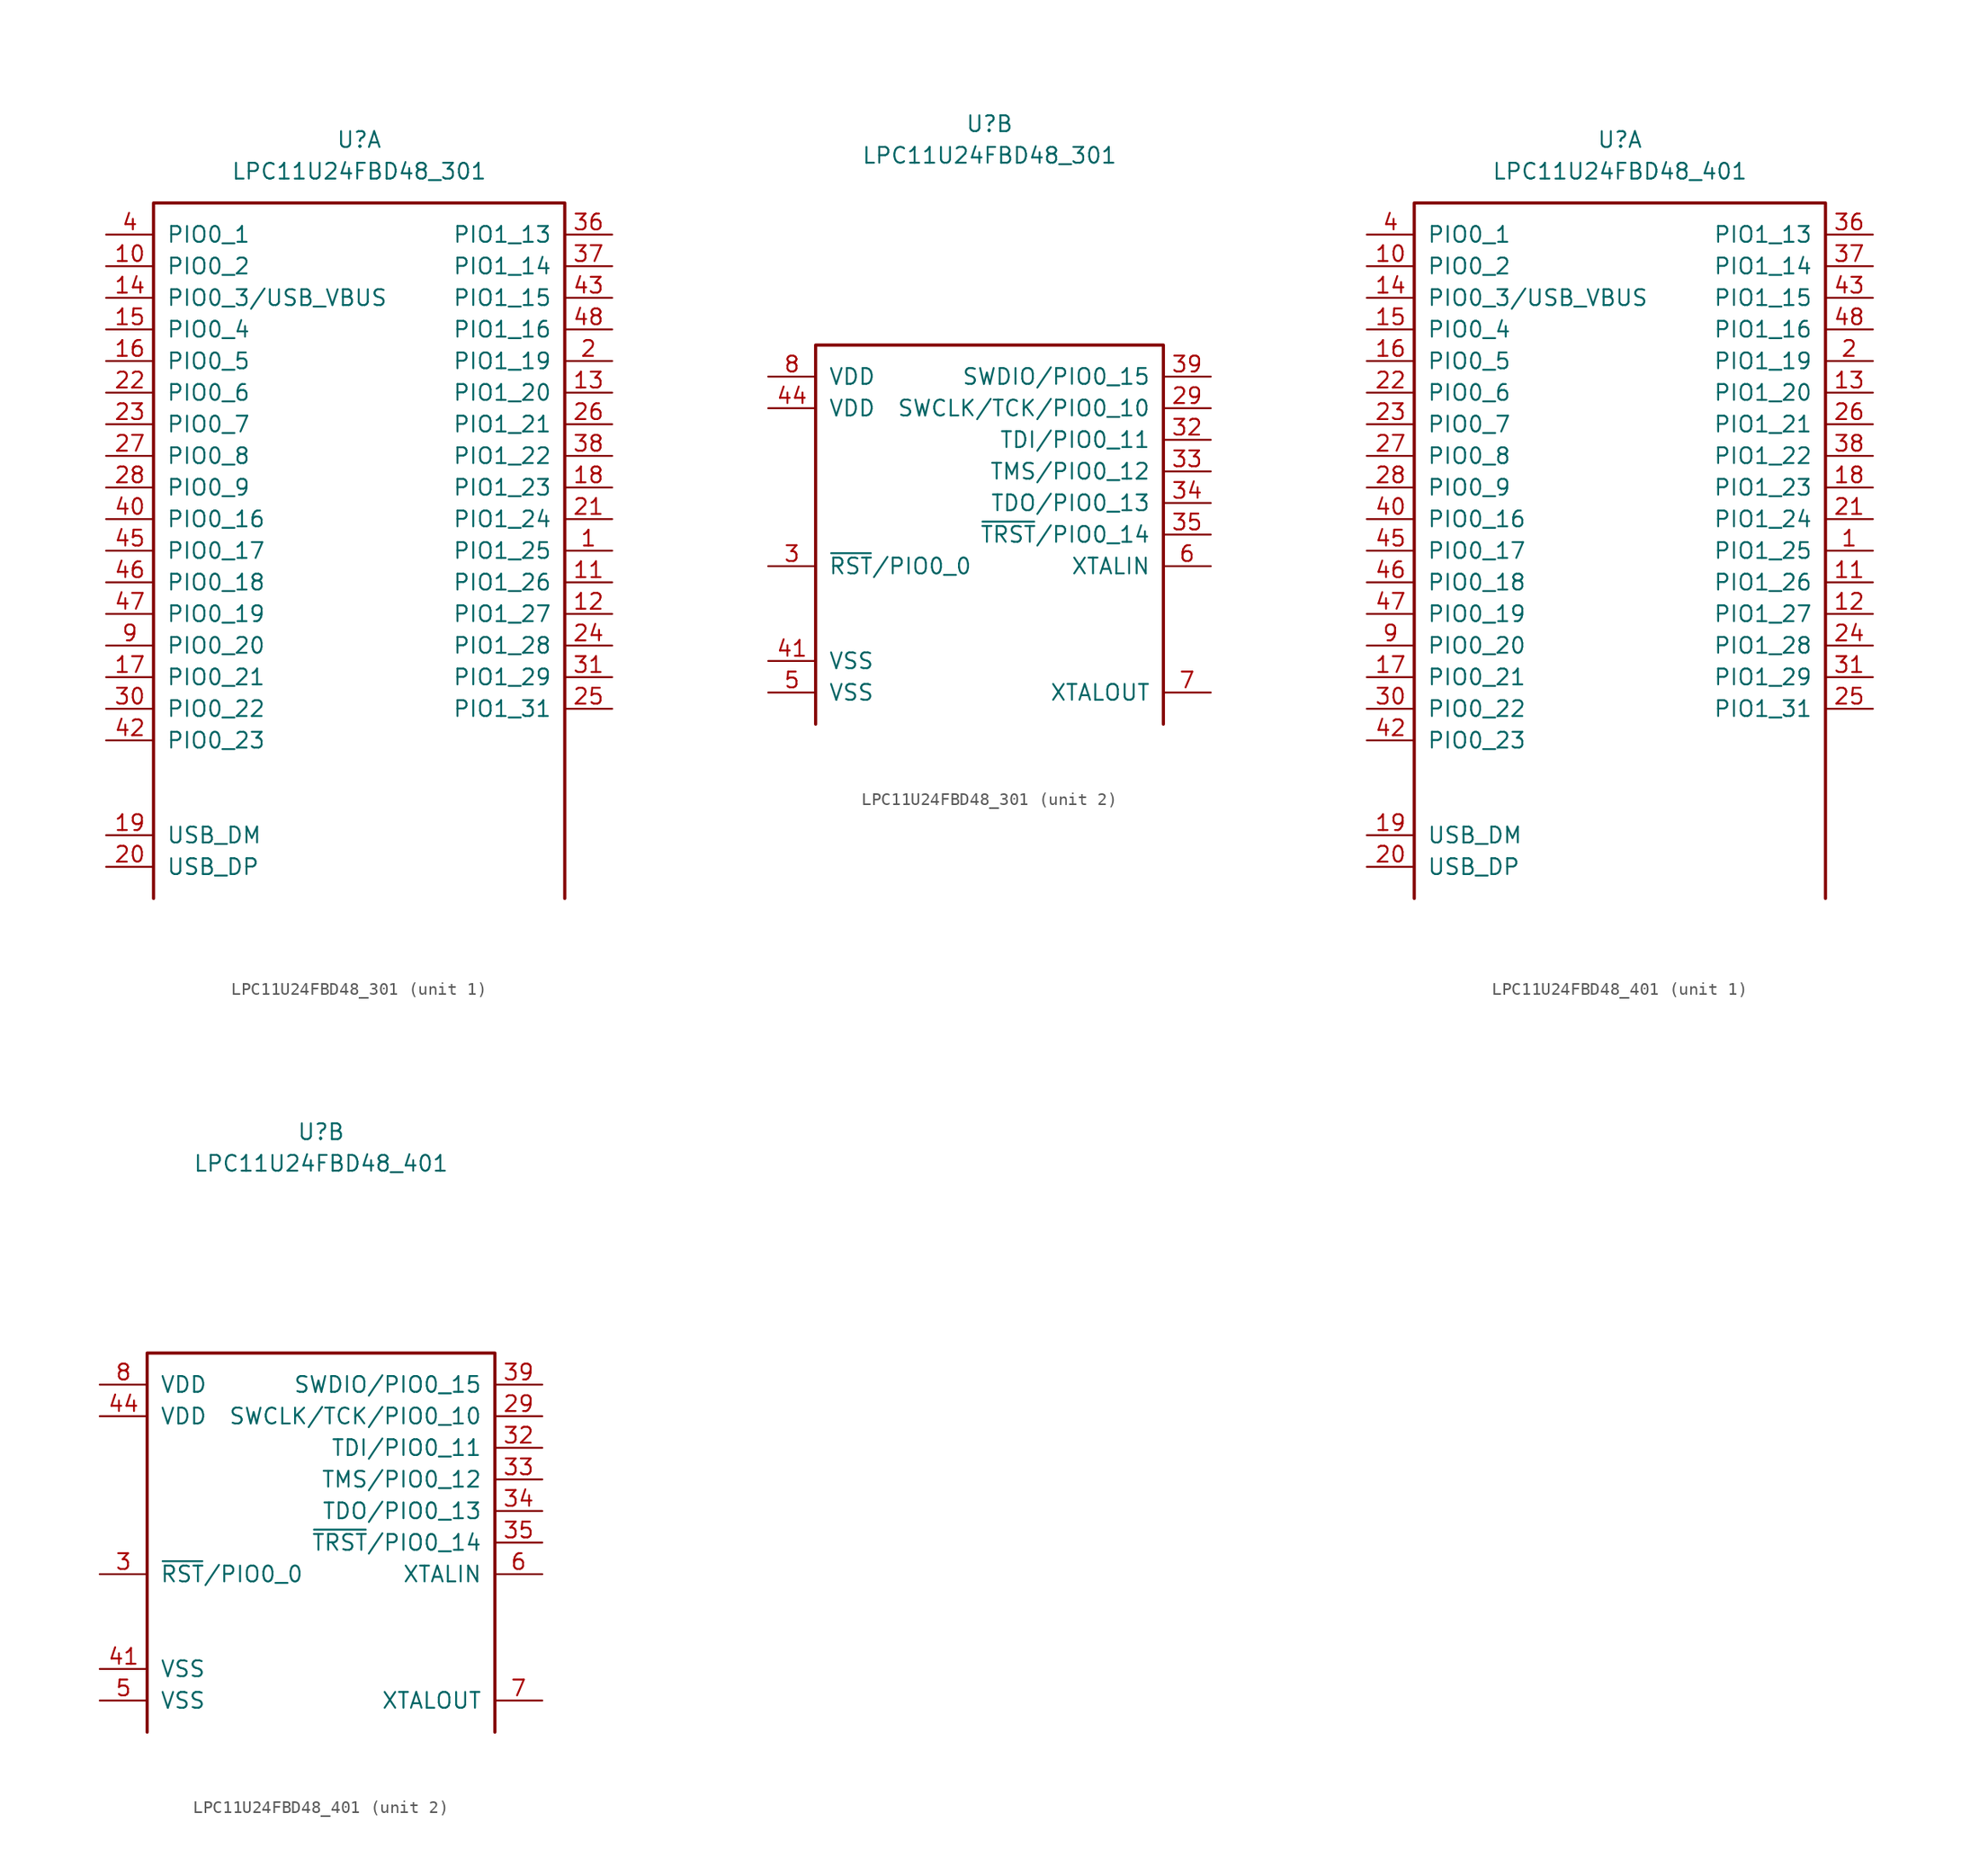
<source format=kicad_sym>
(kicad_symbol_lib
  (version 20211014)
  (generator kicad_symbol_editor)
  (symbol "LPC11U24FBD48_301"
    (pin_names
      (offset 1.016))
    (property "Reference" "U"
      (at 0 33.02 0)
      (effects (font (size 1.27 1.27))))
    (property "Value" "LPC11U24FBD48_301"
      (at 0 30.48 0)
      (effects (font (size 1.27 1.27))))
    (property "ki_locked" ""
      (at 0 0 0)
      (effects (font (size 1.27 1.27))))
    (symbol "LPC11U24FBD48_301_1_1"
      (polyline (pts (xy -16.51 -27.94) (xy -16.51 27.94) (xy 16.51 27.94) (xy 16.51 -27.94)) (stroke (width 0.254) (type default) (color 0 0 0 0)) (fill (type none)))
      (pin bidirectional line (at 20.32 0 180) (length 3.81) (name "PIO1_25" (effects (font (size 1.27 1.27)))) (number "1" (effects (font (size 1.27 1.27)))))
      (pin bidirectional line (at -20.32 22.86 0) (length 3.81) (name "PIO0_2" (effects (font (size 1.27 1.27)))) (number "10" (effects (font (size 1.27 1.27)))))
      (pin bidirectional line (at 20.32 -2.54 180) (length 3.81) (name "PIO1_26" (effects (font (size 1.27 1.27)))) (number "11" (effects (font (size 1.27 1.27)))))
      (pin bidirectional line (at 20.32 -5.08 180) (length 3.81) (name "PIO1_27" (effects (font (size 1.27 1.27)))) (number "12" (effects (font (size 1.27 1.27)))))
      (pin bidirectional line (at 20.32 12.7 180) (length 3.81) (name "PIO1_20" (effects (font (size 1.27 1.27)))) (number "13" (effects (font (size 1.27 1.27)))))
      (pin bidirectional line (at -20.32 20.32 0) (length 3.81) (name "PIO0_3/USB_VBUS" (effects (font (size 1.27 1.27)))) (number "14" (effects (font (size 1.27 1.27)))))
      (pin bidirectional line (at -20.32 17.78 0) (length 3.81) (name "PIO0_4" (effects (font (size 1.27 1.27)))) (number "15" (effects (font (size 1.27 1.27)))))
      (pin bidirectional line (at -20.32 15.24 0) (length 3.81) (name "PIO0_5" (effects (font (size 1.27 1.27)))) (number "16" (effects (font (size 1.27 1.27)))))
      (pin bidirectional line (at -20.32 -10.16 0) (length 3.81) (name "PIO0_21" (effects (font (size 1.27 1.27)))) (number "17" (effects (font (size 1.27 1.27)))))
      (pin bidirectional line (at 20.32 5.08 180) (length 3.81) (name "PIO1_23" (effects (font (size 1.27 1.27)))) (number "18" (effects (font (size 1.27 1.27)))))
      (pin bidirectional line (at -20.32 -22.86 0) (length 3.81) (name "USB_DM" (effects (font (size 1.27 1.27)))) (number "19" (effects (font (size 1.27 1.27)))))
      (pin bidirectional line (at 20.32 15.24 180) (length 3.81) (name "PIO1_19" (effects (font (size 1.27 1.27)))) (number "2" (effects (font (size 1.27 1.27)))))
      (pin bidirectional line (at -20.32 -25.4 0) (length 3.81) (name "USB_DP" (effects (font (size 1.27 1.27)))) (number "20" (effects (font (size 1.27 1.27)))))
      (pin bidirectional line (at 20.32 2.54 180) (length 3.81) (name "PIO1_24" (effects (font (size 1.27 1.27)))) (number "21" (effects (font (size 1.27 1.27)))))
      (pin bidirectional line (at -20.32 12.7 0) (length 3.81) (name "PIO0_6" (effects (font (size 1.27 1.27)))) (number "22" (effects (font (size 1.27 1.27)))))
      (pin bidirectional line (at -20.32 10.16 0) (length 3.81) (name "PIO0_7" (effects (font (size 1.27 1.27)))) (number "23" (effects (font (size 1.27 1.27)))))
      (pin bidirectional line (at 20.32 -7.62 180) (length 3.81) (name "PIO1_28" (effects (font (size 1.27 1.27)))) (number "24" (effects (font (size 1.27 1.27)))))
      (pin bidirectional line (at 20.32 -12.7 180) (length 3.81) (name "PIO1_31" (effects (font (size 1.27 1.27)))) (number "25" (effects (font (size 1.27 1.27)))))
      (pin bidirectional line (at 20.32 10.16 180) (length 3.81) (name "PIO1_21" (effects (font (size 1.27 1.27)))) (number "26" (effects (font (size 1.27 1.27)))))
      (pin bidirectional line (at -20.32 7.62 0) (length 3.81) (name "PIO0_8" (effects (font (size 1.27 1.27)))) (number "27" (effects (font (size 1.27 1.27)))))
      (pin bidirectional line (at -20.32 5.08 0) (length 3.81) (name "PIO0_9" (effects (font (size 1.27 1.27)))) (number "28" (effects (font (size 1.27 1.27)))))
      (pin bidirectional line (at -20.32 -12.7 0) (length 3.81) (name "PIO0_22" (effects (font (size 1.27 1.27)))) (number "30" (effects (font (size 1.27 1.27)))))
      (pin bidirectional line (at 20.32 -10.16 180) (length 3.81) (name "PIO1_29" (effects (font (size 1.27 1.27)))) (number "31" (effects (font (size 1.27 1.27)))))
      (pin bidirectional line (at 20.32 25.4 180) (length 3.81) (name "PIO1_13" (effects (font (size 1.27 1.27)))) (number "36" (effects (font (size 1.27 1.27)))))
      (pin bidirectional line (at 20.32 22.86 180) (length 3.81) (name "PIO1_14" (effects (font (size 1.27 1.27)))) (number "37" (effects (font (size 1.27 1.27)))))
      (pin bidirectional line (at 20.32 7.62 180) (length 3.81) (name "PIO1_22" (effects (font (size 1.27 1.27)))) (number "38" (effects (font (size 1.27 1.27)))))
      (pin bidirectional line (at -20.32 25.4 0) (length 3.81) (name "PIO0_1" (effects (font (size 1.27 1.27)))) (number "4" (effects (font (size 1.27 1.27)))))
      (pin bidirectional line (at -20.32 2.54 0) (length 3.81) (name "PIO0_16" (effects (font (size 1.27 1.27)))) (number "40" (effects (font (size 1.27 1.27)))))
      (pin bidirectional line (at -20.32 -15.24 0) (length 3.81) (name "PIO0_23" (effects (font (size 1.27 1.27)))) (number "42" (effects (font (size 1.27 1.27)))))
      (pin bidirectional line (at 20.32 20.32 180) (length 3.81) (name "PIO1_15" (effects (font (size 1.27 1.27)))) (number "43" (effects (font (size 1.27 1.27)))))
      (pin bidirectional line (at -20.32 0 0) (length 3.81) (name "PIO0_17" (effects (font (size 1.27 1.27)))) (number "45" (effects (font (size 1.27 1.27)))))
      (pin bidirectional line (at -20.32 -2.54 0) (length 3.81) (name "PIO0_18" (effects (font (size 1.27 1.27)))) (number "46" (effects (font (size 1.27 1.27)))))
      (pin bidirectional line (at -20.32 -5.08 0) (length 3.81) (name "PIO0_19" (effects (font (size 1.27 1.27)))) (number "47" (effects (font (size 1.27 1.27)))))
      (pin bidirectional line (at 20.32 17.78 180) (length 3.81) (name "PIO1_16" (effects (font (size 1.27 1.27)))) (number "48" (effects (font (size 1.27 1.27)))))
      (pin power_in line (at -20.32 -7.62 0) (length 3.81) (name "PIO0_20" (effects (font (size 1.27 1.27)))) (number "9" (effects (font (size 1.27 1.27))))))
    (symbol "LPC11U24FBD48_301_2_1"
      (polyline (pts (xy 13.97 -15.24) (xy 13.97 15.24) (xy -13.97 15.24) (xy -13.97 -15.24)) (stroke (width 0.254) (type default) (color 0 0 0 0)) (fill (type none)))
      (pin bidirectional line (at 17.78 10.16 180) (length 3.81) (name "SWCLK/TCK/PIO0_10" (effects (font (size 1.27 1.27)))) (number "29" (effects (font (size 1.27 1.27)))))
      (pin bidirectional line (at -17.78 -2.54 0) (length 3.81) (name "~{RST}/PIO0_0" (effects (font (size 1.27 1.27)))) (number "3" (effects (font (size 1.27 1.27)))))
      (pin bidirectional line (at 17.78 7.62 180) (length 3.81) (name "TDI/PIO0_11" (effects (font (size 1.27 1.27)))) (number "32" (effects (font (size 1.27 1.27)))))
      (pin bidirectional line (at 17.78 5.08 180) (length 3.81) (name "TMS/PIO0_12" (effects (font (size 1.27 1.27)))) (number "33" (effects (font (size 1.27 1.27)))))
      (pin bidirectional line (at 17.78 2.54 180) (length 3.81) (name "TDO/PIO0_13" (effects (font (size 1.27 1.27)))) (number "34" (effects (font (size 1.27 1.27)))))
      (pin bidirectional line (at 17.78 0 180) (length 3.81) (name "~{TRST}/PIO0_14" (effects (font (size 1.27 1.27)))) (number "35" (effects (font (size 1.27 1.27)))))
      (pin bidirectional line (at 17.78 12.7 180) (length 3.81) (name "SWDIO/PIO0_15" (effects (font (size 1.27 1.27)))) (number "39" (effects (font (size 1.27 1.27)))))
      (pin power_in line (at -17.78 -10.16 0) (length 3.81) (name "VSS" (effects (font (size 1.27 1.27)))) (number "41" (effects (font (size 1.27 1.27)))))
      (pin power_in line (at -17.78 10.16 0) (length 3.81) (name "VDD" (effects (font (size 1.27 1.27)))) (number "44" (effects (font (size 1.27 1.27)))))
      (pin power_in line (at -17.78 -12.7 0) (length 3.81) (name "VSS" (effects (font (size 1.27 1.27)))) (number "5" (effects (font (size 1.27 1.27)))))
      (pin passive line (at 17.78 -2.54 180) (length 3.81) (name "XTALIN" (effects (font (size 1.27 1.27)))) (number "6" (effects (font (size 1.27 1.27)))))
      (pin passive line (at 17.78 -12.7 180) (length 3.81) (name "XTALOUT" (effects (font (size 1.27 1.27)))) (number "7" (effects (font (size 1.27 1.27)))))
      (pin power_in line (at -17.78 12.7 0) (length 3.81) (name "VDD" (effects (font (size 1.27 1.27)))) (number "8" (effects (font (size 1.27 1.27)))))))
  (symbol "LPC11U24FBD48_401"
    (pin_names
      (offset 1.016))
    (property "Reference" "U"
      (at 0 33.02 0)
      (effects (font (size 1.27 1.27))))
    (property "Value" "LPC11U24FBD48_401"
      (at 0 30.48 0)
      (effects (font (size 1.27 1.27))))
    (property "ki_locked" ""
      (at 0 0 0)
      (effects (font (size 1.27 1.27))))
    (symbol "LPC11U24FBD48_401_1_1"
      (polyline (pts (xy -16.51 -27.94) (xy -16.51 27.94) (xy 16.51 27.94) (xy 16.51 -27.94)) (stroke (width 0.254) (type default) (color 0 0 0 0)) (fill (type none)))
      (pin bidirectional line (at 20.32 0 180) (length 3.81) (name "PIO1_25" (effects (font (size 1.27 1.27)))) (number "1" (effects (font (size 1.27 1.27)))))
      (pin bidirectional line (at -20.32 22.86 0) (length 3.81) (name "PIO0_2" (effects (font (size 1.27 1.27)))) (number "10" (effects (font (size 1.27 1.27)))))
      (pin bidirectional line (at 20.32 -2.54 180) (length 3.81) (name "PIO1_26" (effects (font (size 1.27 1.27)))) (number "11" (effects (font (size 1.27 1.27)))))
      (pin bidirectional line (at 20.32 -5.08 180) (length 3.81) (name "PIO1_27" (effects (font (size 1.27 1.27)))) (number "12" (effects (font (size 1.27 1.27)))))
      (pin bidirectional line (at 20.32 12.7 180) (length 3.81) (name "PIO1_20" (effects (font (size 1.27 1.27)))) (number "13" (effects (font (size 1.27 1.27)))))
      (pin bidirectional line (at -20.32 20.32 0) (length 3.81) (name "PIO0_3/USB_VBUS" (effects (font (size 1.27 1.27)))) (number "14" (effects (font (size 1.27 1.27)))))
      (pin bidirectional line (at -20.32 17.78 0) (length 3.81) (name "PIO0_4" (effects (font (size 1.27 1.27)))) (number "15" (effects (font (size 1.27 1.27)))))
      (pin bidirectional line (at -20.32 15.24 0) (length 3.81) (name "PIO0_5" (effects (font (size 1.27 1.27)))) (number "16" (effects (font (size 1.27 1.27)))))
      (pin bidirectional line (at -20.32 -10.16 0) (length 3.81) (name "PIO0_21" (effects (font (size 1.27 1.27)))) (number "17" (effects (font (size 1.27 1.27)))))
      (pin bidirectional line (at 20.32 5.08 180) (length 3.81) (name "PIO1_23" (effects (font (size 1.27 1.27)))) (number "18" (effects (font (size 1.27 1.27)))))
      (pin bidirectional line (at -20.32 -22.86 0) (length 3.81) (name "USB_DM" (effects (font (size 1.27 1.27)))) (number "19" (effects (font (size 1.27 1.27)))))
      (pin bidirectional line (at 20.32 15.24 180) (length 3.81) (name "PIO1_19" (effects (font (size 1.27 1.27)))) (number "2" (effects (font (size 1.27 1.27)))))
      (pin bidirectional line (at -20.32 -25.4 0) (length 3.81) (name "USB_DP" (effects (font (size 1.27 1.27)))) (number "20" (effects (font (size 1.27 1.27)))))
      (pin bidirectional line (at 20.32 2.54 180) (length 3.81) (name "PIO1_24" (effects (font (size 1.27 1.27)))) (number "21" (effects (font (size 1.27 1.27)))))
      (pin bidirectional line (at -20.32 12.7 0) (length 3.81) (name "PIO0_6" (effects (font (size 1.27 1.27)))) (number "22" (effects (font (size 1.27 1.27)))))
      (pin bidirectional line (at -20.32 10.16 0) (length 3.81) (name "PIO0_7" (effects (font (size 1.27 1.27)))) (number "23" (effects (font (size 1.27 1.27)))))
      (pin bidirectional line (at 20.32 -7.62 180) (length 3.81) (name "PIO1_28" (effects (font (size 1.27 1.27)))) (number "24" (effects (font (size 1.27 1.27)))))
      (pin bidirectional line (at 20.32 -12.7 180) (length 3.81) (name "PIO1_31" (effects (font (size 1.27 1.27)))) (number "25" (effects (font (size 1.27 1.27)))))
      (pin bidirectional line (at 20.32 10.16 180) (length 3.81) (name "PIO1_21" (effects (font (size 1.27 1.27)))) (number "26" (effects (font (size 1.27 1.27)))))
      (pin bidirectional line (at -20.32 7.62 0) (length 3.81) (name "PIO0_8" (effects (font (size 1.27 1.27)))) (number "27" (effects (font (size 1.27 1.27)))))
      (pin bidirectional line (at -20.32 5.08 0) (length 3.81) (name "PIO0_9" (effects (font (size 1.27 1.27)))) (number "28" (effects (font (size 1.27 1.27)))))
      (pin bidirectional line (at -20.32 -12.7 0) (length 3.81) (name "PIO0_22" (effects (font (size 1.27 1.27)))) (number "30" (effects (font (size 1.27 1.27)))))
      (pin bidirectional line (at 20.32 -10.16 180) (length 3.81) (name "PIO1_29" (effects (font (size 1.27 1.27)))) (number "31" (effects (font (size 1.27 1.27)))))
      (pin bidirectional line (at 20.32 25.4 180) (length 3.81) (name "PIO1_13" (effects (font (size 1.27 1.27)))) (number "36" (effects (font (size 1.27 1.27)))))
      (pin bidirectional line (at 20.32 22.86 180) (length 3.81) (name "PIO1_14" (effects (font (size 1.27 1.27)))) (number "37" (effects (font (size 1.27 1.27)))))
      (pin bidirectional line (at 20.32 7.62 180) (length 3.81) (name "PIO1_22" (effects (font (size 1.27 1.27)))) (number "38" (effects (font (size 1.27 1.27)))))
      (pin bidirectional line (at -20.32 25.4 0) (length 3.81) (name "PIO0_1" (effects (font (size 1.27 1.27)))) (number "4" (effects (font (size 1.27 1.27)))))
      (pin bidirectional line (at -20.32 2.54 0) (length 3.81) (name "PIO0_16" (effects (font (size 1.27 1.27)))) (number "40" (effects (font (size 1.27 1.27)))))
      (pin bidirectional line (at -20.32 -15.24 0) (length 3.81) (name "PIO0_23" (effects (font (size 1.27 1.27)))) (number "42" (effects (font (size 1.27 1.27)))))
      (pin bidirectional line (at 20.32 20.32 180) (length 3.81) (name "PIO1_15" (effects (font (size 1.27 1.27)))) (number "43" (effects (font (size 1.27 1.27)))))
      (pin bidirectional line (at -20.32 0 0) (length 3.81) (name "PIO0_17" (effects (font (size 1.27 1.27)))) (number "45" (effects (font (size 1.27 1.27)))))
      (pin bidirectional line (at -20.32 -2.54 0) (length 3.81) (name "PIO0_18" (effects (font (size 1.27 1.27)))) (number "46" (effects (font (size 1.27 1.27)))))
      (pin bidirectional line (at -20.32 -5.08 0) (length 3.81) (name "PIO0_19" (effects (font (size 1.27 1.27)))) (number "47" (effects (font (size 1.27 1.27)))))
      (pin bidirectional line (at 20.32 17.78 180) (length 3.81) (name "PIO1_16" (effects (font (size 1.27 1.27)))) (number "48" (effects (font (size 1.27 1.27)))))
      (pin power_in line (at -20.32 -7.62 0) (length 3.81) (name "PIO0_20" (effects (font (size 1.27 1.27)))) (number "9" (effects (font (size 1.27 1.27))))))
    (symbol "LPC11U24FBD48_401_2_1"
      (polyline (pts (xy 13.97 -15.24) (xy 13.97 15.24) (xy -13.97 15.24) (xy -13.97 -15.24)) (stroke (width 0.254) (type default) (color 0 0 0 0)) (fill (type none)))
      (pin bidirectional line (at 17.78 10.16 180) (length 3.81) (name "SWCLK/TCK/PIO0_10" (effects (font (size 1.27 1.27)))) (number "29" (effects (font (size 1.27 1.27)))))
      (pin bidirectional line (at -17.78 -2.54 0) (length 3.81) (name "~{RST}/PIO0_0" (effects (font (size 1.27 1.27)))) (number "3" (effects (font (size 1.27 1.27)))))
      (pin bidirectional line (at 17.78 7.62 180) (length 3.81) (name "TDI/PIO0_11" (effects (font (size 1.27 1.27)))) (number "32" (effects (font (size 1.27 1.27)))))
      (pin bidirectional line (at 17.78 5.08 180) (length 3.81) (name "TMS/PIO0_12" (effects (font (size 1.27 1.27)))) (number "33" (effects (font (size 1.27 1.27)))))
      (pin bidirectional line (at 17.78 2.54 180) (length 3.81) (name "TDO/PIO0_13" (effects (font (size 1.27 1.27)))) (number "34" (effects (font (size 1.27 1.27)))))
      (pin bidirectional line (at 17.78 0 180) (length 3.81) (name "~{TRST}/PIO0_14" (effects (font (size 1.27 1.27)))) (number "35" (effects (font (size 1.27 1.27)))))
      (pin bidirectional line (at 17.78 12.7 180) (length 3.81) (name "SWDIO/PIO0_15" (effects (font (size 1.27 1.27)))) (number "39" (effects (font (size 1.27 1.27)))))
      (pin power_in line (at -17.78 -10.16 0) (length 3.81) (name "VSS" (effects (font (size 1.27 1.27)))) (number "41" (effects (font (size 1.27 1.27)))))
      (pin power_in line (at -17.78 10.16 0) (length 3.81) (name "VDD" (effects (font (size 1.27 1.27)))) (number "44" (effects (font (size 1.27 1.27)))))
      (pin power_in line (at -17.78 -12.7 0) (length 3.81) (name "VSS" (effects (font (size 1.27 1.27)))) (number "5" (effects (font (size 1.27 1.27)))))
      (pin passive line (at 17.78 -2.54 180) (length 3.81) (name "XTALIN" (effects (font (size 1.27 1.27)))) (number "6" (effects (font (size 1.27 1.27)))))
      (pin passive line (at 17.78 -12.7 180) (length 3.81) (name "XTALOUT" (effects (font (size 1.27 1.27)))) (number "7" (effects (font (size 1.27 1.27)))))
      (pin power_in line (at -17.78 12.7 0) (length 3.81) (name "VDD" (effects (font (size 1.27 1.27)))) (number "8" (effects (font (size 1.27 1.27))))))))
</source>
